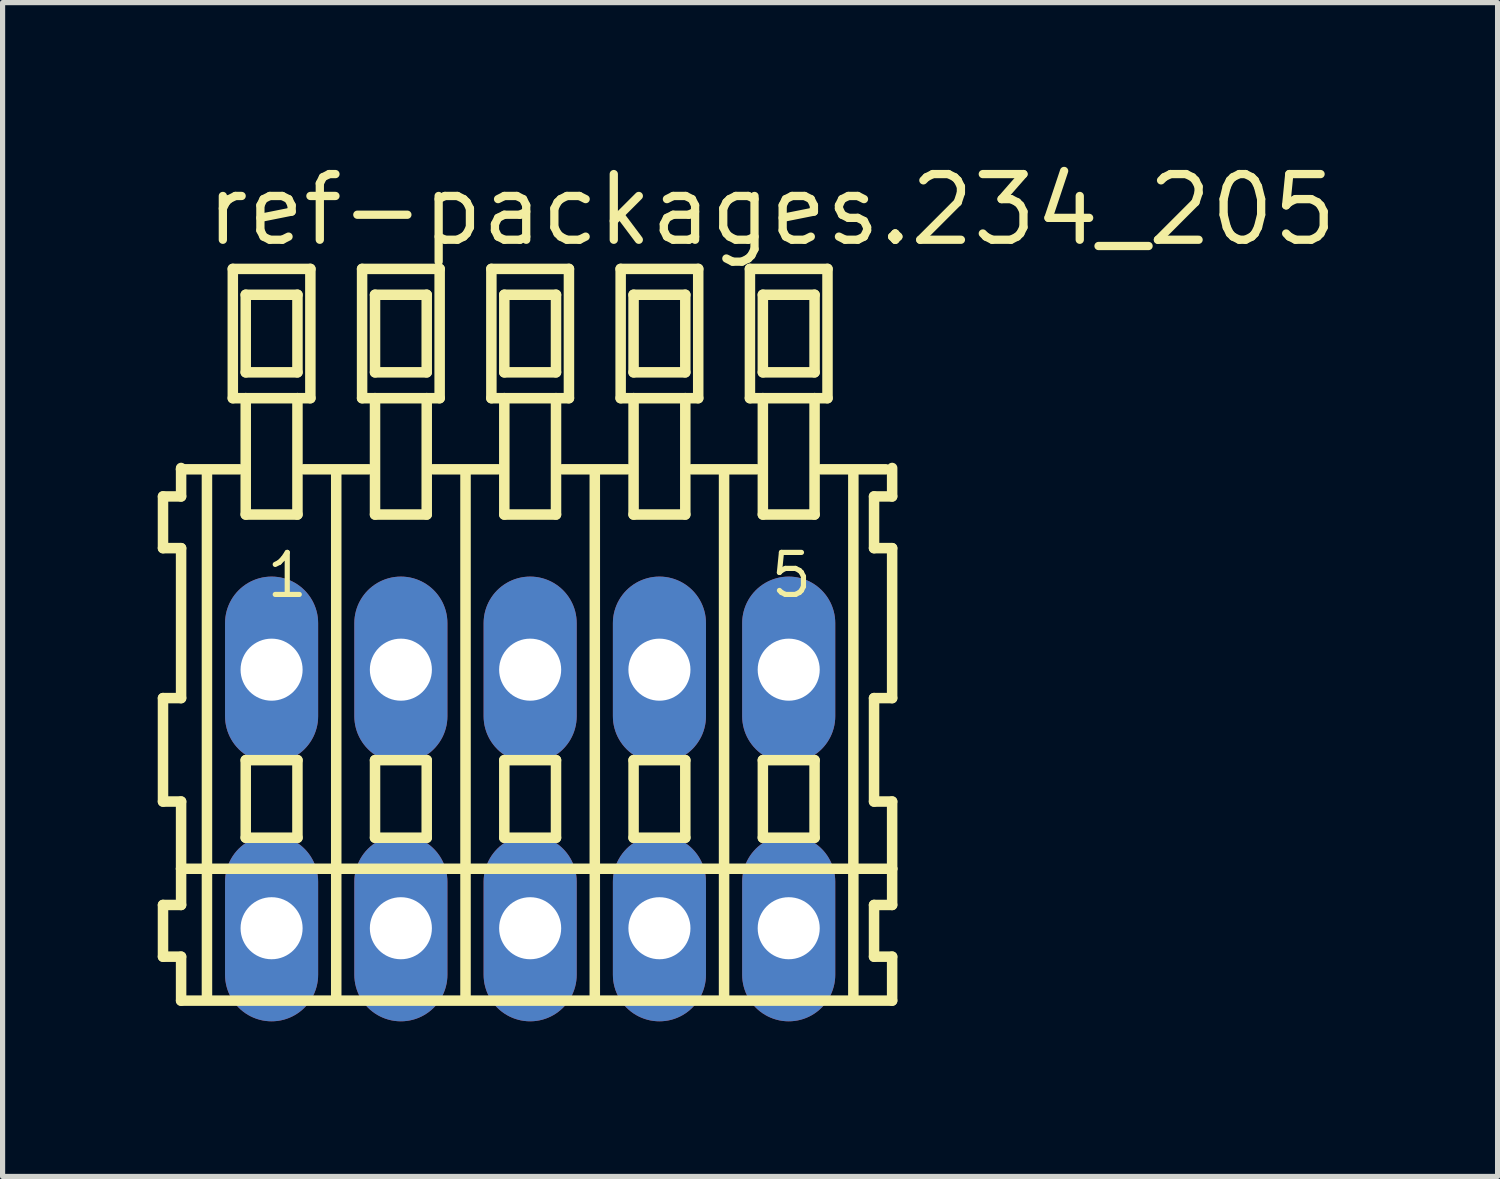
<source format=kicad_pcb>
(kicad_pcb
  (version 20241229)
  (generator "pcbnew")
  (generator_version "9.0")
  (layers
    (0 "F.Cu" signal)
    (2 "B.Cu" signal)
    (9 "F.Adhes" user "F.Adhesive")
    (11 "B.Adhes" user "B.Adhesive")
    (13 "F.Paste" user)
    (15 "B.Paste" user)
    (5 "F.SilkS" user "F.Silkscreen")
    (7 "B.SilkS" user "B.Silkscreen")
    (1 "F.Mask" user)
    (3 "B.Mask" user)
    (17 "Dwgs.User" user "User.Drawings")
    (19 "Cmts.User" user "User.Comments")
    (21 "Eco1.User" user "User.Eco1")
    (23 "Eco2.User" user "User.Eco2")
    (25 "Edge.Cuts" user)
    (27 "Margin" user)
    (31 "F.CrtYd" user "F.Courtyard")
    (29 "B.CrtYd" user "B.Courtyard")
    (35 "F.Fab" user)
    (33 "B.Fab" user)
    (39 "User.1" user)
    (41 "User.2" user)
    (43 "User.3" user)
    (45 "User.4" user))
  (footprint "ref-packages.234_205"
    (layer "F.Cu")
    (at 7.202 12.4)
    (property "Reference" "ref-packages.234_205" (at -6.35 -10.65 0) (layer "F.SilkS") (effects (font (size 1.27 1.27) (thickness 0.16)) (justify left bottom)))
    (attr through_hole)
    (fp_line (start -7.1 -5.85) (end -7.1 -4.85) (stroke (width 0.203) (type default)) (layer "F.SilkS"))
    (fp_line (start -7.1 -4.85) (end -6.75 -4.85) (stroke (width 0.203) (type default)) (layer "F.SilkS"))
    (fp_line (start -7.1 -1.95) (end -7.1 0.05) (stroke (width 0.203) (type default)) (layer "F.SilkS"))
    (fp_line (start -7.1 0.05) (end -6.75 0.05) (stroke (width 0.203) (type default)) (layer "F.SilkS"))
    (fp_line (start -7.1 2.05) (end -7.1 3.05) (stroke (width 0.203) (type default)) (layer "F.SilkS"))
    (fp_line (start -7.1 3.05) (end -6.75 3.05) (stroke (width 0.203) (type default)) (layer "F.SilkS"))
    (fp_line (start -6.75 -6.4) (end -6.75 -6.375) (stroke (width 0.203) (type default)) (layer "F.SilkS"))
    (fp_line (start -6.75 -6.375) (end -6.75 -5.85) (stroke (width 0.203) (type default)) (layer "F.SilkS"))
    (fp_line (start -6.75 -6.375) (end -5.625 -6.375) (stroke (width 0.203) (type default)) (layer "F.SilkS"))
    (fp_line (start -6.75 -5.85) (end -7.1 -5.85) (stroke (width 0.203) (type default)) (layer "F.SilkS"))
    (fp_line (start -6.75 -4.85) (end -6.75 -1.95) (stroke (width 0.203) (type default)) (layer "F.SilkS"))
    (fp_line (start -6.75 -1.95) (end -7.1 -1.95) (stroke (width 0.203) (type default)) (layer "F.SilkS"))
    (fp_line (start -6.75 0.05) (end -6.75 1.35) (stroke (width 0.203) (type default)) (layer "F.SilkS"))
    (fp_line (start -6.75 1.35) (end -6.75 2.05) (stroke (width 0.203) (type default)) (layer "F.SilkS"))
    (fp_line (start -6.75 1.35) (end 7 1.35) (stroke (width 0.203) (type default)) (layer "F.SilkS"))
    (fp_line (start -6.75 2.05) (end -7.1 2.05) (stroke (width 0.203) (type default)) (layer "F.SilkS"))
    (fp_line (start -6.75 3.05) (end -6.75 3.9) (stroke (width 0.203) (type default)) (layer "F.SilkS"))
    (fp_line (start -6.75 3.9) (end 7 3.9) (stroke (width 0.203) (type default)) (layer "F.SilkS"))
    (fp_line (start -6.25 -6.35) (end -6.25 3.8) (stroke (width 0.203) (type default)) (layer "F.SilkS"))
    (fp_line (start -5.75 -10.25) (end -5.75 -7.75) (stroke (width 0.203) (type default)) (layer "F.SilkS"))
    (fp_line (start -5.75 -7.75) (end -5.5 -7.75) (stroke (width 0.203) (type default)) (layer "F.SilkS"))
    (fp_line (start -5.5 -9.75) (end -5.5 -8.25) (stroke (width 0.203) (type default)) (layer "F.SilkS"))
    (fp_line (start -5.5 -8.25) (end -4.5 -8.25) (stroke (width 0.203) (type default)) (layer "F.SilkS"))
    (fp_line (start -5.5 -7.75) (end -5.5 -5.5) (stroke (width 0.203) (type default)) (layer "F.SilkS"))
    (fp_line (start -5.5 -7.75) (end -4.5 -7.75) (stroke (width 0.203) (type default)) (layer "F.SilkS"))
    (fp_line (start -5.5 -5.5) (end -4.5 -5.5) (stroke (width 0.203) (type default)) (layer "F.SilkS"))
    (fp_line (start -5.5 -0.75) (end -5.5 0.75) (stroke (width 0.203) (type default)) (layer "F.SilkS"))
    (fp_line (start -5.5 0.75) (end -4.5 0.75) (stroke (width 0.203) (type default)) (layer "F.SilkS"))
    (fp_line (start -4.5 -9.75) (end -5.5 -9.75) (stroke (width 0.203) (type default)) (layer "F.SilkS"))
    (fp_line (start -4.5 -8.25) (end -4.5 -9.75) (stroke (width 0.203) (type default)) (layer "F.SilkS"))
    (fp_line (start -4.5 -7.75) (end -4.25 -7.75) (stroke (width 0.203) (type default)) (layer "F.SilkS"))
    (fp_line (start -4.5 -5.5) (end -4.5 -7.75) (stroke (width 0.203) (type default)) (layer "F.SilkS"))
    (fp_line (start -4.5 -0.75) (end -5.5 -0.75) (stroke (width 0.203) (type default)) (layer "F.SilkS"))
    (fp_line (start -4.5 0.75) (end -4.5 -0.75) (stroke (width 0.203) (type default)) (layer "F.SilkS"))
    (fp_line (start -4.375 -6.375) (end -3.125 -6.375) (stroke (width 0.203) (type default)) (layer "F.SilkS"))
    (fp_line (start -4.25 -10.25) (end -5.75 -10.25) (stroke (width 0.203) (type default)) (layer "F.SilkS"))
    (fp_line (start -4.25 -7.75) (end -4.25 -10.25) (stroke (width 0.203) (type default)) (layer "F.SilkS"))
    (fp_line (start -3.75 -6.35) (end -3.75 3.8) (stroke (width 0.203) (type default)) (layer "F.SilkS"))
    (fp_line (start -3.25 -10.25) (end -3.25 -7.75) (stroke (width 0.203) (type default)) (layer "F.SilkS"))
    (fp_line (start -3.25 -7.75) (end -3 -7.75) (stroke (width 0.203) (type default)) (layer "F.SilkS"))
    (fp_line (start -3 -9.75) (end -3 -8.25) (stroke (width 0.203) (type default)) (layer "F.SilkS"))
    (fp_line (start -3 -8.25) (end -2 -8.25) (stroke (width 0.203) (type default)) (layer "F.SilkS"))
    (fp_line (start -3 -7.75) (end -3 -5.5) (stroke (width 0.203) (type default)) (layer "F.SilkS"))
    (fp_line (start -3 -7.75) (end -2 -7.75) (stroke (width 0.203) (type default)) (layer "F.SilkS"))
    (fp_line (start -3 -5.5) (end -2 -5.5) (stroke (width 0.203) (type default)) (layer "F.SilkS"))
    (fp_line (start -3 -0.75) (end -3 0.75) (stroke (width 0.203) (type default)) (layer "F.SilkS"))
    (fp_line (start -3 0.75) (end -2 0.75) (stroke (width 0.203) (type default)) (layer "F.SilkS"))
    (fp_line (start -2 -9.75) (end -3 -9.75) (stroke (width 0.203) (type default)) (layer "F.SilkS"))
    (fp_line (start -2 -8.25) (end -2 -9.75) (stroke (width 0.203) (type default)) (layer "F.SilkS"))
    (fp_line (start -2 -7.75) (end -1.75 -7.75) (stroke (width 0.203) (type default)) (layer "F.SilkS"))
    (fp_line (start -2 -5.5) (end -2 -7.75) (stroke (width 0.203) (type default)) (layer "F.SilkS"))
    (fp_line (start -2 -0.75) (end -3 -0.75) (stroke (width 0.203) (type default)) (layer "F.SilkS"))
    (fp_line (start -2 0.75) (end -2 -0.75) (stroke (width 0.203) (type default)) (layer "F.SilkS"))
    (fp_line (start -1.875 -6.375) (end -0.625 -6.375) (stroke (width 0.203) (type default)) (layer "F.SilkS"))
    (fp_line (start -1.75 -10.25) (end -3.25 -10.25) (stroke (width 0.203) (type default)) (layer "F.SilkS"))
    (fp_line (start -1.75 -7.75) (end -1.75 -10.25) (stroke (width 0.203) (type default)) (layer "F.SilkS"))
    (fp_line (start -1.25 -6.35) (end -1.25 3.8) (stroke (width 0.203) (type default)) (layer "F.SilkS"))
    (fp_line (start -0.75 -10.25) (end -0.75 -7.75) (stroke (width 0.203) (type default)) (layer "F.SilkS"))
    (fp_line (start -0.75 -7.75) (end -0.5 -7.75) (stroke (width 0.203) (type default)) (layer "F.SilkS"))
    (fp_line (start -0.5 -9.75) (end -0.5 -8.25) (stroke (width 0.203) (type default)) (layer "F.SilkS"))
    (fp_line (start -0.5 -8.25) (end 0.5 -8.25) (stroke (width 0.203) (type default)) (layer "F.SilkS"))
    (fp_line (start -0.5 -7.75) (end -0.5 -5.5) (stroke (width 0.203) (type default)) (layer "F.SilkS"))
    (fp_line (start -0.5 -7.75) (end 0.5 -7.75) (stroke (width 0.203) (type default)) (layer "F.SilkS"))
    (fp_line (start -0.5 -5.5) (end 0.5 -5.5) (stroke (width 0.203) (type default)) (layer "F.SilkS"))
    (fp_line (start -0.5 -0.75) (end -0.5 0.75) (stroke (width 0.203) (type default)) (layer "F.SilkS"))
    (fp_line (start -0.5 0.75) (end 0.5 0.75) (stroke (width 0.203) (type default)) (layer "F.SilkS"))
    (fp_line (start 0.5 -9.75) (end -0.5 -9.75) (stroke (width 0.203) (type default)) (layer "F.SilkS"))
    (fp_line (start 0.5 -8.25) (end 0.5 -9.75) (stroke (width 0.203) (type default)) (layer "F.SilkS"))
    (fp_line (start 0.5 -7.75) (end 0.75 -7.75) (stroke (width 0.203) (type default)) (layer "F.SilkS"))
    (fp_line (start 0.5 -5.5) (end 0.5 -7.75) (stroke (width 0.203) (type default)) (layer "F.SilkS"))
    (fp_line (start 0.5 -0.75) (end -0.5 -0.75) (stroke (width 0.203) (type default)) (layer "F.SilkS"))
    (fp_line (start 0.5 0.75) (end 0.5 -0.75) (stroke (width 0.203) (type default)) (layer "F.SilkS"))
    (fp_line (start 0.625 -6.375) (end 1.875 -6.375) (stroke (width 0.203) (type default)) (layer "F.SilkS"))
    (fp_line (start 0.75 -10.25) (end -0.75 -10.25) (stroke (width 0.203) (type default)) (layer "F.SilkS"))
    (fp_line (start 0.75 -7.75) (end 0.75 -10.25) (stroke (width 0.203) (type default)) (layer "F.SilkS"))
    (fp_line (start 1.25 -6.35) (end 1.25 3.8) (stroke (width 0.203) (type default)) (layer "F.SilkS"))
    (fp_line (start 1.75 -10.25) (end 1.75 -7.75) (stroke (width 0.203) (type default)) (layer "F.SilkS"))
    (fp_line (start 1.75 -7.75) (end 2 -7.75) (stroke (width 0.203) (type default)) (layer "F.SilkS"))
    (fp_line (start 2 -9.75) (end 2 -8.25) (stroke (width 0.203) (type default)) (layer "F.SilkS"))
    (fp_line (start 2 -8.25) (end 3 -8.25) (stroke (width 0.203) (type default)) (layer "F.SilkS"))
    (fp_line (start 2 -7.75) (end 2 -5.5) (stroke (width 0.203) (type default)) (layer "F.SilkS"))
    (fp_line (start 2 -7.75) (end 3 -7.75) (stroke (width 0.203) (type default)) (layer "F.SilkS"))
    (fp_line (start 2 -5.5) (end 3 -5.5) (stroke (width 0.203) (type default)) (layer "F.SilkS"))
    (fp_line (start 2 -0.75) (end 2 0.75) (stroke (width 0.203) (type default)) (layer "F.SilkS"))
    (fp_line (start 2 0.75) (end 3 0.75) (stroke (width 0.203) (type default)) (layer "F.SilkS"))
    (fp_line (start 3 -9.75) (end 2 -9.75) (stroke (width 0.203) (type default)) (layer "F.SilkS"))
    (fp_line (start 3 -8.25) (end 3 -9.75) (stroke (width 0.203) (type default)) (layer "F.SilkS"))
    (fp_line (start 3 -7.75) (end 3.25 -7.75) (stroke (width 0.203) (type default)) (layer "F.SilkS"))
    (fp_line (start 3 -5.5) (end 3 -7.75) (stroke (width 0.203) (type default)) (layer "F.SilkS"))
    (fp_line (start 3 -0.75) (end 2 -0.75) (stroke (width 0.203) (type default)) (layer "F.SilkS"))
    (fp_line (start 3 0.75) (end 3 -0.75) (stroke (width 0.203) (type default)) (layer "F.SilkS"))
    (fp_line (start 3.125 -6.375) (end 4.375 -6.375) (stroke (width 0.203) (type default)) (layer "F.SilkS"))
    (fp_line (start 3.25 -10.25) (end 1.75 -10.25) (stroke (width 0.203) (type default)) (layer "F.SilkS"))
    (fp_line (start 3.25 -7.75) (end 3.25 -10.25) (stroke (width 0.203) (type default)) (layer "F.SilkS"))
    (fp_line (start 3.75 -6.35) (end 3.75 3.8) (stroke (width 0.203) (type default)) (layer "F.SilkS"))
    (fp_line (start 4.25 -10.25) (end 4.25 -7.75) (stroke (width 0.203) (type default)) (layer "F.SilkS"))
    (fp_line (start 4.25 -7.75) (end 4.5 -7.75) (stroke (width 0.203) (type default)) (layer "F.SilkS"))
    (fp_line (start 4.5 -9.75) (end 4.5 -8.25) (stroke (width 0.203) (type default)) (layer "F.SilkS"))
    (fp_line (start 4.5 -8.25) (end 5.5 -8.25) (stroke (width 0.203) (type default)) (layer "F.SilkS"))
    (fp_line (start 4.5 -7.75) (end 4.5 -5.5) (stroke (width 0.203) (type default)) (layer "F.SilkS"))
    (fp_line (start 4.5 -7.75) (end 5.5 -7.75) (stroke (width 0.203) (type default)) (layer "F.SilkS"))
    (fp_line (start 4.5 -5.5) (end 5.5 -5.5) (stroke (width 0.203) (type default)) (layer "F.SilkS"))
    (fp_line (start 4.5 -0.75) (end 4.5 0.75) (stroke (width 0.203) (type default)) (layer "F.SilkS"))
    (fp_line (start 4.5 0.75) (end 5.5 0.75) (stroke (width 0.203) (type default)) (layer "F.SilkS"))
    (fp_line (start 5.5 -9.75) (end 4.5 -9.75) (stroke (width 0.203) (type default)) (layer "F.SilkS"))
    (fp_line (start 5.5 -8.25) (end 5.5 -9.75) (stroke (width 0.203) (type default)) (layer "F.SilkS"))
    (fp_line (start 5.5 -7.75) (end 5.75 -7.75) (stroke (width 0.203) (type default)) (layer "F.SilkS"))
    (fp_line (start 5.5 -5.5) (end 5.5 -7.75) (stroke (width 0.203) (type default)) (layer "F.SilkS"))
    (fp_line (start 5.5 -0.75) (end 4.5 -0.75) (stroke (width 0.203) (type default)) (layer "F.SilkS"))
    (fp_line (start 5.5 0.75) (end 5.5 -0.75) (stroke (width 0.203) (type default)) (layer "F.SilkS"))
    (fp_line (start 5.625 -6.375) (end 6.875 -6.375) (stroke (width 0.203) (type default)) (layer "F.SilkS"))
    (fp_line (start 5.75 -10.25) (end 4.25 -10.25) (stroke (width 0.203) (type default)) (layer "F.SilkS"))
    (fp_line (start 5.75 -7.75) (end 5.75 -10.25) (stroke (width 0.203) (type default)) (layer "F.SilkS"))
    (fp_line (start 6.25 -6.35) (end 6.25 3.8) (stroke (width 0.203) (type default)) (layer "F.SilkS"))
    (fp_line (start 6.65 -5.85) (end 6.65 -4.85) (stroke (width 0.203) (type default)) (layer "F.SilkS"))
    (fp_line (start 6.65 -4.85) (end 7 -4.85) (stroke (width 0.203) (type default)) (layer "F.SilkS"))
    (fp_line (start 6.65 -1.95) (end 6.65 0.05) (stroke (width 0.203) (type default)) (layer "F.SilkS"))
    (fp_line (start 6.65 0.05) (end 7 0.05) (stroke (width 0.203) (type default)) (layer "F.SilkS"))
    (fp_line (start 6.65 2.05) (end 6.65 3.05) (stroke (width 0.203) (type default)) (layer "F.SilkS"))
    (fp_line (start 6.65 3.05) (end 7 3.05) (stroke (width 0.203) (type default)) (layer "F.SilkS"))
    (fp_line (start 7 -5.85) (end 6.65 -5.85) (stroke (width 0.203) (type default)) (layer "F.SilkS"))
    (fp_line (start 7 -5.85) (end 7 -6.4) (stroke (width 0.203) (type default)) (layer "F.SilkS"))
    (fp_line (start 7 -1.95) (end 6.65 -1.95) (stroke (width 0.203) (type default)) (layer "F.SilkS"))
    (fp_line (start 7 -1.95) (end 7 -4.85) (stroke (width 0.203) (type default)) (layer "F.SilkS"))
    (fp_line (start 7 1.35) (end 7 0.05) (stroke (width 0.203) (type default)) (layer "F.SilkS"))
    (fp_line (start 7 2.05) (end 6.65 2.05) (stroke (width 0.203) (type default)) (layer "F.SilkS"))
    (fp_line (start 7 2.05) (end 7 1.35) (stroke (width 0.203) (type default)) (layer "F.SilkS"))
    (fp_line (start 7 3.9) (end 7 3.05) (stroke (width 0.203) (type default)) (layer "F.SilkS"))
    (fp_text user "5" (at 4.6 -3.85 0) (layer "F.SilkS") (effects (font (size 0.813 0.813) (thickness 0.1)) (justify left bottom)))
    (fp_text user "1" (at -5.15 -3.85 0) (layer "F.SilkS") (effects (font (size 0.813 0.813) (thickness 0.1)) (justify left bottom)))
    (pad "A1" thru_hole oval (at -5 -2.5 90) (size 3.6 1.8) (drill 1.2) (layers "*.Cu" "*.Mask"))
    (pad "A2" thru_hole oval (at -2.5 -2.5 90) (size 3.6 1.8) (drill 1.2) (layers "*.Cu" "*.Mask"))
    (pad "A3" thru_hole oval (at 0 -2.5 90) (size 3.6 1.8) (drill 1.2) (layers "*.Cu" "*.Mask"))
    (pad "A4" thru_hole oval (at 2.5 -2.5 90) (size 3.6 1.8) (drill 1.2) (layers "*.Cu" "*.Mask"))
    (pad "A5" thru_hole oval (at 5 -2.5 90) (size 3.6 1.8) (drill 1.2) (layers "*.Cu" "*.Mask"))
    (pad "B1" thru_hole oval (at -5 2.5 90) (size 3.6 1.8) (drill 1.2) (layers "*.Cu" "*.Mask"))
    (pad "B2" thru_hole oval (at -2.5 2.5 90) (size 3.6 1.8) (drill 1.2) (layers "*.Cu" "*.Mask"))
    (pad "B3" thru_hole oval (at 0 2.5 90) (size 3.6 1.8) (drill 1.2) (layers "*.Cu" "*.Mask"))
    (pad "B4" thru_hole oval (at 2.5 2.5 90) (size 3.6 1.8) (drill 1.2) (layers "*.Cu" "*.Mask"))
    (pad "B5" thru_hole oval (at 5 2.5 90) (size 3.6 1.8) (drill 1.2) (layers "*.Cu" "*.Mask")))
  (gr_rect
    (start -3 -3)
    (end 25.91 19.7)
    (stroke (width 0.1) (type default))
    (fill no)
    (layer "Edge.Cuts")))
</source>
